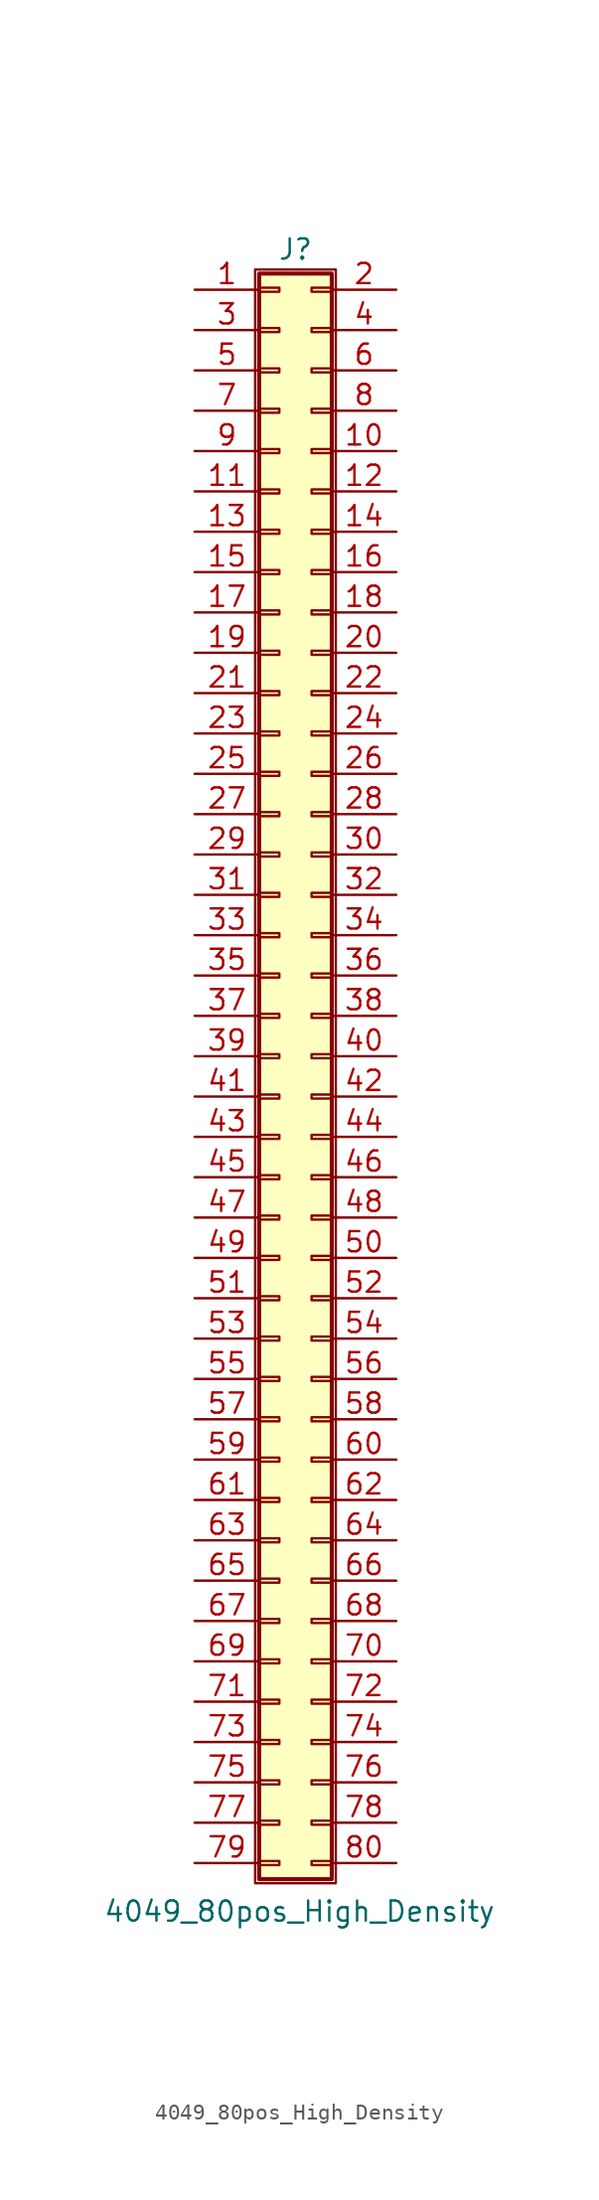
<source format=kicad_sym>
(kicad_symbol_lib
  (version 20211014)
  (generator kicad_symbol_editor)
  (symbol "4049_80pos_High_Density"
    (pin_names hide)
    (property "Reference" "J"
      (at -0.254 52.07 0)
      (effects (font (size 1.27 1.27))))
    (property "Value" "4049_80pos_High_Density"
      (at 0 -52.578 0)
      (effects (font (size 1.27 1.27))))
    (symbol "4049_80pos_High_Density_1_1"
      (rectangle (start -2.794 50.8) (end 2.286 -50.8) (stroke (width 0.152) (type default) (color 0 0 0 0)) (fill (type none)))
      (rectangle (start -2.54 -49.403) (end -1.27 -49.657) (stroke (width 0.152) (type default) (color 0 0 0 0)) (fill (type none)))
      (rectangle (start -2.54 -46.863) (end -1.27 -47.117) (stroke (width 0.152) (type default) (color 0 0 0 0)) (fill (type none)))
      (rectangle (start -2.54 -44.323) (end -1.27 -44.577) (stroke (width 0.152) (type default) (color 0 0 0 0)) (fill (type none)))
      (rectangle (start -2.54 -41.783) (end -1.27 -42.037) (stroke (width 0.152) (type default) (color 0 0 0 0)) (fill (type none)))
      (rectangle (start -2.54 -39.243) (end -1.27 -39.497) (stroke (width 0.152) (type default) (color 0 0 0 0)) (fill (type none)))
      (rectangle (start -2.54 -36.703) (end -1.27 -36.957) (stroke (width 0.152) (type default) (color 0 0 0 0)) (fill (type none)))
      (rectangle (start -2.54 -34.163) (end -1.27 -34.417) (stroke (width 0.152) (type default) (color 0 0 0 0)) (fill (type none)))
      (rectangle (start -2.54 -31.623) (end -1.27 -31.877) (stroke (width 0.152) (type default) (color 0 0 0 0)) (fill (type none)))
      (rectangle (start -2.54 -29.083) (end -1.27 -29.337) (stroke (width 0.152) (type default) (color 0 0 0 0)) (fill (type none)))
      (rectangle (start -2.54 -26.543) (end -1.27 -26.797) (stroke (width 0.152) (type default) (color 0 0 0 0)) (fill (type none)))
      (rectangle (start -2.54 -24.003) (end -1.27 -24.257) (stroke (width 0.152) (type default) (color 0 0 0 0)) (fill (type none)))
      (rectangle (start -2.54 -21.463) (end -1.27 -21.717) (stroke (width 0.152) (type default) (color 0 0 0 0)) (fill (type none)))
      (rectangle (start -2.54 -18.923) (end -1.27 -19.177) (stroke (width 0.152) (type default) (color 0 0 0 0)) (fill (type none)))
      (rectangle (start -2.54 -16.383) (end -1.27 -16.637) (stroke (width 0.152) (type default) (color 0 0 0 0)) (fill (type none)))
      (rectangle (start -2.54 -13.843) (end -1.27 -14.097) (stroke (width 0.152) (type default) (color 0 0 0 0)) (fill (type none)))
      (rectangle (start -2.54 -11.303) (end -1.27 -11.557) (stroke (width 0.152) (type default) (color 0 0 0 0)) (fill (type none)))
      (rectangle (start -2.54 -8.763) (end -1.27 -9.017) (stroke (width 0.152) (type default) (color 0 0 0 0)) (fill (type none)))
      (rectangle (start -2.54 -6.223) (end -1.27 -6.477) (stroke (width 0.152) (type default) (color 0 0 0 0)) (fill (type none)))
      (rectangle (start -2.54 -3.683) (end -1.27 -3.937) (stroke (width 0.152) (type default) (color 0 0 0 0)) (fill (type none)))
      (rectangle (start -2.54 -1.143) (end -1.27 -1.397) (stroke (width 0.152) (type default) (color 0 0 0 0)) (fill (type none)))
      (rectangle (start -2.54 1.397) (end -1.27 1.143) (stroke (width 0.152) (type default) (color 0 0 0 0)) (fill (type none)))
      (rectangle (start -2.54 3.937) (end -1.27 3.683) (stroke (width 0.152) (type default) (color 0 0 0 0)) (fill (type none)))
      (rectangle (start -2.54 6.477) (end -1.27 6.223) (stroke (width 0.152) (type default) (color 0 0 0 0)) (fill (type none)))
      (rectangle (start -2.54 9.017) (end -1.27 8.763) (stroke (width 0.152) (type default) (color 0 0 0 0)) (fill (type none)))
      (rectangle (start -2.54 11.557) (end -1.27 11.303) (stroke (width 0.152) (type default) (color 0 0 0 0)) (fill (type none)))
      (rectangle (start -2.54 14.097) (end -1.27 13.843) (stroke (width 0.152) (type default) (color 0 0 0 0)) (fill (type none)))
      (rectangle (start -2.54 16.637) (end -1.27 16.383) (stroke (width 0.152) (type default) (color 0 0 0 0)) (fill (type none)))
      (rectangle (start -2.54 19.177) (end -1.27 18.923) (stroke (width 0.152) (type default) (color 0 0 0 0)) (fill (type none)))
      (rectangle (start -2.54 21.717) (end -1.27 21.463) (stroke (width 0.152) (type default) (color 0 0 0 0)) (fill (type none)))
      (rectangle (start -2.54 24.257) (end -1.27 24.003) (stroke (width 0.152) (type default) (color 0 0 0 0)) (fill (type none)))
      (rectangle (start -2.54 26.797) (end -1.27 26.543) (stroke (width 0.152) (type default) (color 0 0 0 0)) (fill (type none)))
      (rectangle (start -2.54 29.337) (end -1.27 29.083) (stroke (width 0.152) (type default) (color 0 0 0 0)) (fill (type none)))
      (rectangle (start -2.54 31.877) (end -1.27 31.623) (stroke (width 0.152) (type default) (color 0 0 0 0)) (fill (type none)))
      (rectangle (start -2.54 34.417) (end -1.27 34.163) (stroke (width 0.152) (type default) (color 0 0 0 0)) (fill (type none)))
      (rectangle (start -2.54 36.957) (end -1.27 36.703) (stroke (width 0.152) (type default) (color 0 0 0 0)) (fill (type none)))
      (rectangle (start -2.54 39.497) (end -1.27 39.243) (stroke (width 0.152) (type default) (color 0 0 0 0)) (fill (type none)))
      (rectangle (start -2.54 42.037) (end -1.27 41.783) (stroke (width 0.152) (type default) (color 0 0 0 0)) (fill (type none)))
      (rectangle (start -2.54 44.577) (end -1.27 44.323) (stroke (width 0.152) (type default) (color 0 0 0 0)) (fill (type none)))
      (rectangle (start -2.54 47.117) (end -1.27 46.863) (stroke (width 0.152) (type default) (color 0 0 0 0)) (fill (type none)))
      (rectangle (start -2.54 49.657) (end -1.27 49.403) (stroke (width 0.152) (type default) (color 0 0 0 0)) (fill (type none)))
      (rectangle (start -2.54 50.546) (end 2.032 -50.546) (stroke (width 0.254) (type default) (color 0 0 0 0)) (fill (type background)))
      (rectangle (start 2.032 -49.403) (end 0.762 -49.657) (stroke (width 0.152) (type default) (color 0 0 0 0)) (fill (type none)))
      (rectangle (start 2.032 -46.863) (end 0.762 -47.117) (stroke (width 0.152) (type default) (color 0 0 0 0)) (fill (type none)))
      (rectangle (start 2.032 -44.323) (end 0.762 -44.577) (stroke (width 0.152) (type default) (color 0 0 0 0)) (fill (type none)))
      (rectangle (start 2.032 -41.783) (end 0.762 -42.037) (stroke (width 0.152) (type default) (color 0 0 0 0)) (fill (type none)))
      (rectangle (start 2.032 -39.243) (end 0.762 -39.497) (stroke (width 0.152) (type default) (color 0 0 0 0)) (fill (type none)))
      (rectangle (start 2.032 -36.703) (end 0.762 -36.957) (stroke (width 0.152) (type default) (color 0 0 0 0)) (fill (type none)))
      (rectangle (start 2.032 -34.163) (end 0.762 -34.417) (stroke (width 0.152) (type default) (color 0 0 0 0)) (fill (type none)))
      (rectangle (start 2.032 -31.623) (end 0.762 -31.877) (stroke (width 0.152) (type default) (color 0 0 0 0)) (fill (type none)))
      (rectangle (start 2.032 -29.083) (end 0.762 -29.337) (stroke (width 0.152) (type default) (color 0 0 0 0)) (fill (type none)))
      (rectangle (start 2.032 -26.543) (end 0.762 -26.797) (stroke (width 0.152) (type default) (color 0 0 0 0)) (fill (type none)))
      (rectangle (start 2.032 -24.003) (end 0.762 -24.257) (stroke (width 0.152) (type default) (color 0 0 0 0)) (fill (type none)))
      (rectangle (start 2.032 -21.463) (end 0.762 -21.717) (stroke (width 0.152) (type default) (color 0 0 0 0)) (fill (type none)))
      (rectangle (start 2.032 -18.923) (end 0.762 -19.177) (stroke (width 0.152) (type default) (color 0 0 0 0)) (fill (type none)))
      (rectangle (start 2.032 -16.383) (end 0.762 -16.637) (stroke (width 0.152) (type default) (color 0 0 0 0)) (fill (type none)))
      (rectangle (start 2.032 -13.843) (end 0.762 -14.097) (stroke (width 0.152) (type default) (color 0 0 0 0)) (fill (type none)))
      (rectangle (start 2.032 -11.303) (end 0.762 -11.557) (stroke (width 0.152) (type default) (color 0 0 0 0)) (fill (type none)))
      (rectangle (start 2.032 -8.763) (end 0.762 -9.017) (stroke (width 0.152) (type default) (color 0 0 0 0)) (fill (type none)))
      (rectangle (start 2.032 -6.223) (end 0.762 -6.477) (stroke (width 0.152) (type default) (color 0 0 0 0)) (fill (type none)))
      (rectangle (start 2.032 -3.683) (end 0.762 -3.937) (stroke (width 0.152) (type default) (color 0 0 0 0)) (fill (type none)))
      (rectangle (start 2.032 -1.143) (end 0.762 -1.397) (stroke (width 0.152) (type default) (color 0 0 0 0)) (fill (type none)))
      (rectangle (start 2.032 1.397) (end 0.762 1.143) (stroke (width 0.152) (type default) (color 0 0 0 0)) (fill (type none)))
      (rectangle (start 2.032 3.937) (end 0.762 3.683) (stroke (width 0.152) (type default) (color 0 0 0 0)) (fill (type none)))
      (rectangle (start 2.032 6.477) (end 0.762 6.223) (stroke (width 0.152) (type default) (color 0 0 0 0)) (fill (type none)))
      (rectangle (start 2.032 9.017) (end 0.762 8.763) (stroke (width 0.152) (type default) (color 0 0 0 0)) (fill (type none)))
      (rectangle (start 2.032 11.557) (end 0.762 11.303) (stroke (width 0.152) (type default) (color 0 0 0 0)) (fill (type none)))
      (rectangle (start 2.032 14.097) (end 0.762 13.843) (stroke (width 0.152) (type default) (color 0 0 0 0)) (fill (type none)))
      (rectangle (start 2.032 16.637) (end 0.762 16.383) (stroke (width 0.152) (type default) (color 0 0 0 0)) (fill (type none)))
      (rectangle (start 2.032 19.177) (end 0.762 18.923) (stroke (width 0.152) (type default) (color 0 0 0 0)) (fill (type none)))
      (rectangle (start 2.032 21.717) (end 0.762 21.463) (stroke (width 0.152) (type default) (color 0 0 0 0)) (fill (type none)))
      (rectangle (start 2.032 24.257) (end 0.762 24.003) (stroke (width 0.152) (type default) (color 0 0 0 0)) (fill (type none)))
      (rectangle (start 2.032 26.797) (end 0.762 26.543) (stroke (width 0.152) (type default) (color 0 0 0 0)) (fill (type none)))
      (rectangle (start 2.032 29.337) (end 0.762 29.083) (stroke (width 0.152) (type default) (color 0 0 0 0)) (fill (type none)))
      (rectangle (start 2.032 31.877) (end 0.762 31.623) (stroke (width 0.152) (type default) (color 0 0 0 0)) (fill (type none)))
      (rectangle (start 2.032 34.417) (end 0.762 34.163) (stroke (width 0.152) (type default) (color 0 0 0 0)) (fill (type none)))
      (rectangle (start 2.032 36.957) (end 0.762 36.703) (stroke (width 0.152) (type default) (color 0 0 0 0)) (fill (type none)))
      (rectangle (start 2.032 39.497) (end 0.762 39.243) (stroke (width 0.152) (type default) (color 0 0 0 0)) (fill (type none)))
      (rectangle (start 2.032 42.037) (end 0.762 41.783) (stroke (width 0.152) (type default) (color 0 0 0 0)) (fill (type none)))
      (rectangle (start 2.032 44.577) (end 0.762 44.323) (stroke (width 0.152) (type default) (color 0 0 0 0)) (fill (type none)))
      (rectangle (start 2.032 47.117) (end 0.762 46.863) (stroke (width 0.152) (type default) (color 0 0 0 0)) (fill (type none)))
      (rectangle (start 2.032 49.657) (end 0.762 49.403) (stroke (width 0.152) (type default) (color 0 0 0 0)) (fill (type none)))
      (pin passive line (at -6.604 49.53 0) (length 4.064) (name "Pin_1" (effects (font (size 1.27 1.27)))) (number "1" (effects (font (size 1.27 1.27)))))
      (pin passive line (at 6.096 39.37 180) (length 4.064) (name "Pin_10" (effects (font (size 1.27 1.27)))) (number "10" (effects (font (size 1.27 1.27)))))
      (pin passive line (at -6.604 36.83 0) (length 4.064) (name "Pin_11" (effects (font (size 1.27 1.27)))) (number "11" (effects (font (size 1.27 1.27)))))
      (pin passive line (at 6.096 36.83 180) (length 4.064) (name "Pin_12" (effects (font (size 1.27 1.27)))) (number "12" (effects (font (size 1.27 1.27)))))
      (pin passive line (at -6.604 34.29 0) (length 4.064) (name "Pin_13" (effects (font (size 1.27 1.27)))) (number "13" (effects (font (size 1.27 1.27)))))
      (pin passive line (at 6.096 34.29 180) (length 4.064) (name "Pin_14" (effects (font (size 1.27 1.27)))) (number "14" (effects (font (size 1.27 1.27)))))
      (pin passive line (at -6.604 31.75 0) (length 4.064) (name "Pin_15" (effects (font (size 1.27 1.27)))) (number "15" (effects (font (size 1.27 1.27)))))
      (pin passive line (at 6.096 31.75 180) (length 4.064) (name "Pin_16" (effects (font (size 1.27 1.27)))) (number "16" (effects (font (size 1.27 1.27)))))
      (pin passive line (at -6.604 29.21 0) (length 4.064) (name "Pin_17" (effects (font (size 1.27 1.27)))) (number "17" (effects (font (size 1.27 1.27)))))
      (pin passive line (at 6.096 29.21 180) (length 4.064) (name "Pin_18" (effects (font (size 1.27 1.27)))) (number "18" (effects (font (size 1.27 1.27)))))
      (pin passive line (at -6.604 26.67 0) (length 4.064) (name "Pin_19" (effects (font (size 1.27 1.27)))) (number "19" (effects (font (size 1.27 1.27)))))
      (pin passive line (at 6.096 49.53 180) (length 4.064) (name "Pin_2" (effects (font (size 1.27 1.27)))) (number "2" (effects (font (size 1.27 1.27)))))
      (pin passive line (at 6.096 26.67 180) (length 4.064) (name "Pin_20" (effects (font (size 1.27 1.27)))) (number "20" (effects (font (size 1.27 1.27)))))
      (pin passive line (at -6.604 24.13 0) (length 4.064) (name "Pin_21" (effects (font (size 1.27 1.27)))) (number "21" (effects (font (size 1.27 1.27)))))
      (pin passive line (at 6.096 24.13 180) (length 4.064) (name "Pin_22" (effects (font (size 1.27 1.27)))) (number "22" (effects (font (size 1.27 1.27)))))
      (pin passive line (at -6.604 21.59 0) (length 4.064) (name "Pin_23" (effects (font (size 1.27 1.27)))) (number "23" (effects (font (size 1.27 1.27)))))
      (pin passive line (at 6.096 21.59 180) (length 4.064) (name "Pin_24" (effects (font (size 1.27 1.27)))) (number "24" (effects (font (size 1.27 1.27)))))
      (pin passive line (at -6.604 19.05 0) (length 4.064) (name "Pin_25" (effects (font (size 1.27 1.27)))) (number "25" (effects (font (size 1.27 1.27)))))
      (pin passive line (at 6.096 19.05 180) (length 4.064) (name "Pin_26" (effects (font (size 1.27 1.27)))) (number "26" (effects (font (size 1.27 1.27)))))
      (pin passive line (at -6.604 16.51 0) (length 4.064) (name "Pin_27" (effects (font (size 1.27 1.27)))) (number "27" (effects (font (size 1.27 1.27)))))
      (pin passive line (at 6.096 16.51 180) (length 4.064) (name "Pin_28" (effects (font (size 1.27 1.27)))) (number "28" (effects (font (size 1.27 1.27)))))
      (pin passive line (at -6.604 13.97 0) (length 4.064) (name "Pin_29" (effects (font (size 1.27 1.27)))) (number "29" (effects (font (size 1.27 1.27)))))
      (pin passive line (at -6.604 46.99 0) (length 4.064) (name "Pin_3" (effects (font (size 1.27 1.27)))) (number "3" (effects (font (size 1.27 1.27)))))
      (pin passive line (at 6.096 13.97 180) (length 4.064) (name "Pin_30" (effects (font (size 1.27 1.27)))) (number "30" (effects (font (size 1.27 1.27)))))
      (pin passive line (at -6.604 11.43 0) (length 4.064) (name "Pin_31" (effects (font (size 1.27 1.27)))) (number "31" (effects (font (size 1.27 1.27)))))
      (pin passive line (at 6.096 11.43 180) (length 4.064) (name "Pin_32" (effects (font (size 1.27 1.27)))) (number "32" (effects (font (size 1.27 1.27)))))
      (pin passive line (at -6.604 8.89 0) (length 4.064) (name "Pin_33" (effects (font (size 1.27 1.27)))) (number "33" (effects (font (size 1.27 1.27)))))
      (pin passive line (at 6.096 8.89 180) (length 4.064) (name "Pin_34" (effects (font (size 1.27 1.27)))) (number "34" (effects (font (size 1.27 1.27)))))
      (pin passive line (at -6.604 6.35 0) (length 4.064) (name "Pin_35" (effects (font (size 1.27 1.27)))) (number "35" (effects (font (size 1.27 1.27)))))
      (pin passive line (at 6.096 6.35 180) (length 4.064) (name "Pin_36" (effects (font (size 1.27 1.27)))) (number "36" (effects (font (size 1.27 1.27)))))
      (pin passive line (at -6.604 3.81 0) (length 4.064) (name "Pin_37" (effects (font (size 1.27 1.27)))) (number "37" (effects (font (size 1.27 1.27)))))
      (pin passive line (at 6.096 3.81 180) (length 4.064) (name "Pin_38" (effects (font (size 1.27 1.27)))) (number "38" (effects (font (size 1.27 1.27)))))
      (pin passive line (at -6.604 1.27 0) (length 4.064) (name "Pin_39" (effects (font (size 1.27 1.27)))) (number "39" (effects (font (size 1.27 1.27)))))
      (pin passive line (at 6.096 46.99 180) (length 4.064) (name "Pin_4" (effects (font (size 1.27 1.27)))) (number "4" (effects (font (size 1.27 1.27)))))
      (pin passive line (at 6.096 1.27 180) (length 4.064) (name "Pin_40" (effects (font (size 1.27 1.27)))) (number "40" (effects (font (size 1.27 1.27)))))
      (pin passive line (at -6.604 -1.27 0) (length 4.064) (name "Pin_41" (effects (font (size 1.27 1.27)))) (number "41" (effects (font (size 1.27 1.27)))))
      (pin passive line (at 6.096 -1.27 180) (length 4.064) (name "Pin_42" (effects (font (size 1.27 1.27)))) (number "42" (effects (font (size 1.27 1.27)))))
      (pin passive line (at -6.604 -3.81 0) (length 4.064) (name "Pin_43" (effects (font (size 1.27 1.27)))) (number "43" (effects (font (size 1.27 1.27)))))
      (pin passive line (at 6.096 -3.81 180) (length 4.064) (name "Pin_44" (effects (font (size 1.27 1.27)))) (number "44" (effects (font (size 1.27 1.27)))))
      (pin passive line (at -6.604 -6.35 0) (length 4.064) (name "Pin_45" (effects (font (size 1.27 1.27)))) (number "45" (effects (font (size 1.27 1.27)))))
      (pin passive line (at 6.096 -6.35 180) (length 4.064) (name "Pin_46" (effects (font (size 1.27 1.27)))) (number "46" (effects (font (size 1.27 1.27)))))
      (pin passive line (at -6.604 -8.89 0) (length 4.064) (name "Pin_47" (effects (font (size 1.27 1.27)))) (number "47" (effects (font (size 1.27 1.27)))))
      (pin passive line (at 6.096 -8.89 180) (length 4.064) (name "Pin_48" (effects (font (size 1.27 1.27)))) (number "48" (effects (font (size 1.27 1.27)))))
      (pin passive line (at -6.604 -11.43 0) (length 4.064) (name "Pin_49" (effects (font (size 1.27 1.27)))) (number "49" (effects (font (size 1.27 1.27)))))
      (pin passive line (at -6.604 44.45 0) (length 4.064) (name "Pin_5" (effects (font (size 1.27 1.27)))) (number "5" (effects (font (size 1.27 1.27)))))
      (pin passive line (at 6.096 -11.43 180) (length 4.064) (name "Pin_50" (effects (font (size 1.27 1.27)))) (number "50" (effects (font (size 1.27 1.27)))))
      (pin passive line (at -6.604 -13.97 0) (length 4.064) (name "Pin_51" (effects (font (size 1.27 1.27)))) (number "51" (effects (font (size 1.27 1.27)))))
      (pin passive line (at 6.096 -13.97 180) (length 4.064) (name "Pin_52" (effects (font (size 1.27 1.27)))) (number "52" (effects (font (size 1.27 1.27)))))
      (pin passive line (at -6.604 -16.51 0) (length 4.064) (name "Pin_53" (effects (font (size 1.27 1.27)))) (number "53" (effects (font (size 1.27 1.27)))))
      (pin passive line (at 6.096 -16.51 180) (length 4.064) (name "Pin_54" (effects (font (size 1.27 1.27)))) (number "54" (effects (font (size 1.27 1.27)))))
      (pin passive line (at -6.604 -19.05 0) (length 4.064) (name "Pin_55" (effects (font (size 1.27 1.27)))) (number "55" (effects (font (size 1.27 1.27)))))
      (pin passive line (at 6.096 -19.05 180) (length 4.064) (name "Pin_56" (effects (font (size 1.27 1.27)))) (number "56" (effects (font (size 1.27 1.27)))))
      (pin passive line (at -6.604 -21.59 0) (length 4.064) (name "Pin_57" (effects (font (size 1.27 1.27)))) (number "57" (effects (font (size 1.27 1.27)))))
      (pin passive line (at 6.096 -21.59 180) (length 4.064) (name "Pin_58" (effects (font (size 1.27 1.27)))) (number "58" (effects (font (size 1.27 1.27)))))
      (pin passive line (at -6.604 -24.13 0) (length 4.064) (name "Pin_59" (effects (font (size 1.27 1.27)))) (number "59" (effects (font (size 1.27 1.27)))))
      (pin passive line (at 6.096 44.45 180) (length 4.064) (name "Pin_6" (effects (font (size 1.27 1.27)))) (number "6" (effects (font (size 1.27 1.27)))))
      (pin passive line (at 6.096 -24.13 180) (length 4.064) (name "Pin_60" (effects (font (size 1.27 1.27)))) (number "60" (effects (font (size 1.27 1.27)))))
      (pin passive line (at -6.604 -26.67 0) (length 4.064) (name "Pin_61" (effects (font (size 1.27 1.27)))) (number "61" (effects (font (size 1.27 1.27)))))
      (pin passive line (at 6.096 -26.67 180) (length 4.064) (name "Pin_62" (effects (font (size 1.27 1.27)))) (number "62" (effects (font (size 1.27 1.27)))))
      (pin passive line (at -6.604 -29.21 0) (length 4.064) (name "Pin_63" (effects (font (size 1.27 1.27)))) (number "63" (effects (font (size 1.27 1.27)))))
      (pin passive line (at 6.096 -29.21 180) (length 4.064) (name "Pin_64" (effects (font (size 1.27 1.27)))) (number "64" (effects (font (size 1.27 1.27)))))
      (pin passive line (at -6.604 -31.75 0) (length 4.064) (name "Pin_65" (effects (font (size 1.27 1.27)))) (number "65" (effects (font (size 1.27 1.27)))))
      (pin passive line (at 6.096 -31.75 180) (length 4.064) (name "Pin_66" (effects (font (size 1.27 1.27)))) (number "66" (effects (font (size 1.27 1.27)))))
      (pin passive line (at -6.604 -34.29 0) (length 4.064) (name "Pin_67" (effects (font (size 1.27 1.27)))) (number "67" (effects (font (size 1.27 1.27)))))
      (pin passive line (at 6.096 -34.29 180) (length 4.064) (name "Pin_68" (effects (font (size 1.27 1.27)))) (number "68" (effects (font (size 1.27 1.27)))))
      (pin passive line (at -6.604 -36.83 0) (length 4.064) (name "Pin_69" (effects (font (size 1.27 1.27)))) (number "69" (effects (font (size 1.27 1.27)))))
      (pin passive line (at -6.604 41.91 0) (length 4.064) (name "Pin_7" (effects (font (size 1.27 1.27)))) (number "7" (effects (font (size 1.27 1.27)))))
      (pin passive line (at 6.096 -36.83 180) (length 4.064) (name "Pin_70" (effects (font (size 1.27 1.27)))) (number "70" (effects (font (size 1.27 1.27)))))
      (pin passive line (at -6.604 -39.37 0) (length 4.064) (name "Pin_71" (effects (font (size 1.27 1.27)))) (number "71" (effects (font (size 1.27 1.27)))))
      (pin passive line (at 6.096 -39.37 180) (length 4.064) (name "Pin_72" (effects (font (size 1.27 1.27)))) (number "72" (effects (font (size 1.27 1.27)))))
      (pin passive line (at -6.604 -41.91 0) (length 4.064) (name "Pin_73" (effects (font (size 1.27 1.27)))) (number "73" (effects (font (size 1.27 1.27)))))
      (pin passive line (at 6.096 -41.91 180) (length 4.064) (name "Pin_74" (effects (font (size 1.27 1.27)))) (number "74" (effects (font (size 1.27 1.27)))))
      (pin passive line (at -6.604 -44.45 0) (length 4.064) (name "Pin_75" (effects (font (size 1.27 1.27)))) (number "75" (effects (font (size 1.27 1.27)))))
      (pin passive line (at 6.096 -44.45 180) (length 4.064) (name "Pin_76" (effects (font (size 1.27 1.27)))) (number "76" (effects (font (size 1.27 1.27)))))
      (pin passive line (at -6.604 -46.99 0) (length 4.064) (name "Pin_77" (effects (font (size 1.27 1.27)))) (number "77" (effects (font (size 1.27 1.27)))))
      (pin passive line (at 6.096 -46.99 180) (length 4.064) (name "Pin_78" (effects (font (size 1.27 1.27)))) (number "78" (effects (font (size 1.27 1.27)))))
      (pin passive line (at -6.604 -49.53 0) (length 4.064) (name "Pin_79" (effects (font (size 1.27 1.27)))) (number "79" (effects (font (size 1.27 1.27)))))
      (pin passive line (at 6.096 41.91 180) (length 4.064) (name "Pin_8" (effects (font (size 1.27 1.27)))) (number "8" (effects (font (size 1.27 1.27)))))
      (pin passive line (at 6.096 -49.53 180) (length 4.064) (name "Pin_80" (effects (font (size 1.27 1.27)))) (number "80" (effects (font (size 1.27 1.27)))))
      (pin passive line (at -6.604 39.37 0) (length 4.064) (name "Pin_9" (effects (font (size 1.27 1.27)))) (number "9" (effects (font (size 1.27 1.27))))))))
</source>
